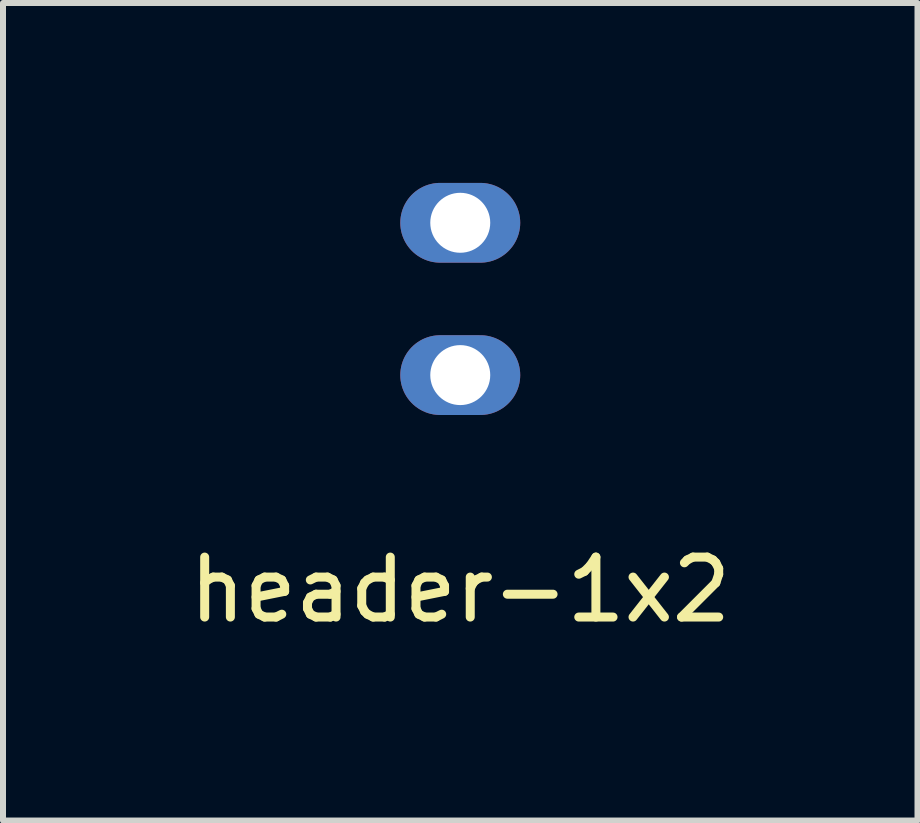
<source format=kicad_pcb>
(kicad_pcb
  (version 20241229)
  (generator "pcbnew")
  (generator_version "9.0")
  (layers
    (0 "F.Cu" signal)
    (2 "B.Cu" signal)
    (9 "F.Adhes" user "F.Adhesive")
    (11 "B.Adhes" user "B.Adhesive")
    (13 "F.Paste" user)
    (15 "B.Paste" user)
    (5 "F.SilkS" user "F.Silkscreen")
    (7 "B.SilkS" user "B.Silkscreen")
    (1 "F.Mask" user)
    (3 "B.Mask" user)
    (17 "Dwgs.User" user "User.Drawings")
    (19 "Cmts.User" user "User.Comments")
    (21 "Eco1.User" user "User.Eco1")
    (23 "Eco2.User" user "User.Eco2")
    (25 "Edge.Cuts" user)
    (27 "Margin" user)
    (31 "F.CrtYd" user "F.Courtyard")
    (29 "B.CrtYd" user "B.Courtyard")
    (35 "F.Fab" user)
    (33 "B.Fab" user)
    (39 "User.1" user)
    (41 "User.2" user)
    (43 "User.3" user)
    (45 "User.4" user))
  (footprint "header-1x2"
    (layer "F.Cu")
    (at 4.625 1.935)
    (property "Reference" "header-1x2" (at 0 4.85 0) (layer "F.SilkS") (effects (font (size 1 1) (thickness 0.15))))
    (attr through_hole)
    (pad "1" thru_hole oval (at 0 -1.27) (size 2 1.33) (drill 1) (layers "*.Cu" "*.Mask"))
    (pad "2" thru_hole oval (at 0 1.27) (size 2 1.33) (drill 1) (layers "*.Cu" "*.Mask")))
  (gr_rect
    (start -3 -3)
    (end 12.25 10.633)
    (stroke (width 0.1) (type default))
    (fill no)
    (layer "Edge.Cuts")))
</source>
